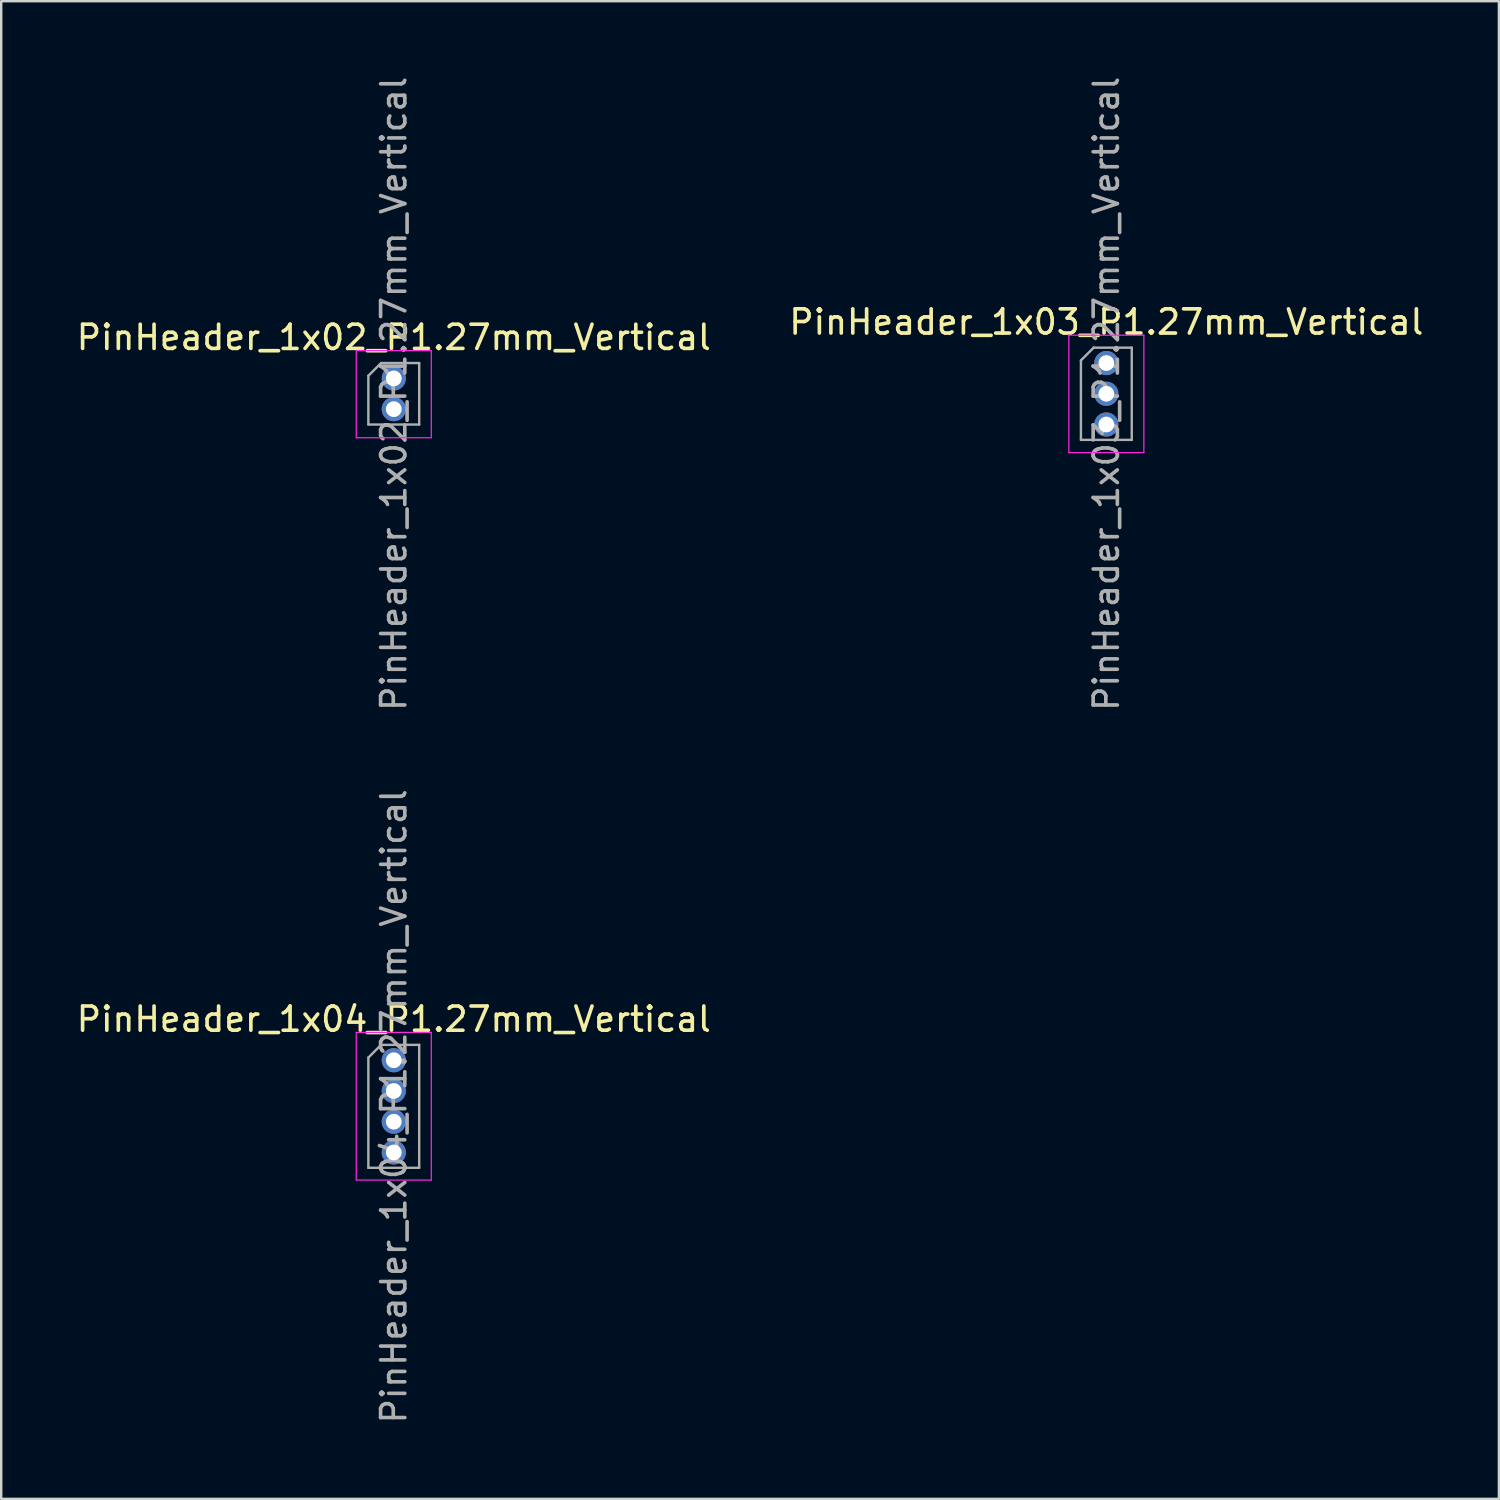
<source format=kicad_pcb>
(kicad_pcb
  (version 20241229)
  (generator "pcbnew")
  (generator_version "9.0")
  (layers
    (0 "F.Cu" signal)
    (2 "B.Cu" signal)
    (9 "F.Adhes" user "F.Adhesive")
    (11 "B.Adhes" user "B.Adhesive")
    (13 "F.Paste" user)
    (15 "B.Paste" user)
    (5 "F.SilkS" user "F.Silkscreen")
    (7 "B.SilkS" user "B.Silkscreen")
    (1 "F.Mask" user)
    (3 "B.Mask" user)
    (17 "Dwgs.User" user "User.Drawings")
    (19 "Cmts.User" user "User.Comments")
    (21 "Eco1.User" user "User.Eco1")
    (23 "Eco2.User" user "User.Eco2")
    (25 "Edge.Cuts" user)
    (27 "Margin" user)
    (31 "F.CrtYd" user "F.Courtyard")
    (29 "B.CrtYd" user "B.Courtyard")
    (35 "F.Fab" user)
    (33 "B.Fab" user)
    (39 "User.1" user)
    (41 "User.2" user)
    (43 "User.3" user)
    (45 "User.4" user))
  (footprint "PinHeader_1x04_P1.27mm_Vertical"
    (layer "F.Cu")
    (at 13.22 40.756)
    (property "Reference" "PinHeader_1x04_P1.27mm_Vertical" (at 0 -1.695 0) (layer "F.SilkS") (effects (font (size 1 1) (thickness 0.15))))
    (attr through_hole)
    (fp_line (start -1.55 -1.15) (end -1.55 4.95) (stroke (width 0.05) (type solid)) (layer "F.CrtYd"))
    (fp_line (start -1.55 4.95) (end 1.55 4.95) (stroke (width 0.05) (type solid)) (layer "F.CrtYd"))
    (fp_line (start 1.55 -1.15) (end -1.55 -1.15) (stroke (width 0.05) (type solid)) (layer "F.CrtYd"))
    (fp_line (start 1.55 4.95) (end 1.55 -1.15) (stroke (width 0.05) (type solid)) (layer "F.CrtYd"))
    (fp_line (start -1.05 -0.11) (end -0.525 -0.635) (stroke (width 0.1) (type solid)) (layer "F.Fab"))
    (fp_line (start -1.05 4.445) (end -1.05 -0.11) (stroke (width 0.1) (type solid)) (layer "F.Fab"))
    (fp_line (start -0.525 -0.635) (end 1.05 -0.635) (stroke (width 0.1) (type solid)) (layer "F.Fab"))
    (fp_line (start 1.05 -0.635) (end 1.05 4.445) (stroke (width 0.1) (type solid)) (layer "F.Fab"))
    (fp_line (start 1.05 4.445) (end -1.05 4.445) (stroke (width 0.1) (type solid)) (layer "F.Fab"))
    (fp_text user "${REFERENCE}" (at 0 1.905 90) (layer "F.Fab") (effects (font (size 1 1) (thickness 0.15))))
    (pad "1" thru_hole circle (at 0 0) (size 1 1) (drill 0.65) (layers "*.Cu" "*.Mask"))
    (pad "2" thru_hole oval (at 0 1.27) (size 1 1) (drill 0.65) (layers "*.Cu" "*.Mask"))
    (pad "3" thru_hole oval (at 0 2.54) (size 1 1) (drill 0.65) (layers "*.Cu" "*.Mask"))
    (pad "4" thru_hole oval (at 0 3.81) (size 1 1) (drill 0.65) (layers "*.Cu" "*.Mask")))
  (footprint "PinHeader_1x03_P1.27mm_Vertical"
    (layer "F.Cu")
    (at 42.661 11.95)
    (property "Reference" "PinHeader_1x03_P1.27mm_Vertical" (at 0 -1.695 0) (layer "F.SilkS") (effects (font (size 1 1) (thickness 0.15))))
    (attr through_hole)
    (fp_line (start -1.55 -1.15) (end -1.55 3.7) (stroke (width 0.05) (type solid)) (layer "F.CrtYd"))
    (fp_line (start -1.55 3.7) (end 1.55 3.7) (stroke (width 0.05) (type solid)) (layer "F.CrtYd"))
    (fp_line (start 1.55 -1.15) (end -1.55 -1.15) (stroke (width 0.05) (type solid)) (layer "F.CrtYd"))
    (fp_line (start 1.55 3.7) (end 1.55 -1.15) (stroke (width 0.05) (type solid)) (layer "F.CrtYd"))
    (fp_line (start -1.05 -0.11) (end -0.525 -0.635) (stroke (width 0.1) (type solid)) (layer "F.Fab"))
    (fp_line (start -1.05 3.175) (end -1.05 -0.11) (stroke (width 0.1) (type solid)) (layer "F.Fab"))
    (fp_line (start -0.525 -0.635) (end 1.05 -0.635) (stroke (width 0.1) (type solid)) (layer "F.Fab"))
    (fp_line (start 1.05 -0.635) (end 1.05 3.175) (stroke (width 0.1) (type solid)) (layer "F.Fab"))
    (fp_line (start 1.05 3.175) (end -1.05 3.175) (stroke (width 0.1) (type solid)) (layer "F.Fab"))
    (fp_text user "${REFERENCE}" (at 0 1.27 90) (layer "F.Fab") (effects (font (size 1 1) (thickness 0.15))))
    (pad "1" thru_hole circle (at 0 0) (size 1 1) (drill 0.65) (layers "*.Cu" "*.Mask"))
    (pad "2" thru_hole oval (at 0 1.27) (size 1 1) (drill 0.65) (layers "*.Cu" "*.Mask"))
    (pad "3" thru_hole oval (at 0 2.54) (size 1 1) (drill 0.65) (layers "*.Cu" "*.Mask")))
  (footprint "PinHeader_1x02_P1.27mm_Vertical"
    (layer "F.Cu")
    (at 13.22 12.585)
    (property "Reference" "PinHeader_1x02_P1.27mm_Vertical" (at 0 -1.695 0) (layer "F.SilkS") (effects (font (size 1 1) (thickness 0.15))))
    (attr through_hole)
    (fp_line (start -1.55 -1.15) (end -1.55 2.45) (stroke (width 0.05) (type solid)) (layer "F.CrtYd"))
    (fp_line (start -1.55 2.45) (end 1.55 2.45) (stroke (width 0.05) (type solid)) (layer "F.CrtYd"))
    (fp_line (start 1.55 -1.15) (end -1.55 -1.15) (stroke (width 0.05) (type solid)) (layer "F.CrtYd"))
    (fp_line (start 1.55 2.45) (end 1.55 -1.15) (stroke (width 0.05) (type solid)) (layer "F.CrtYd"))
    (fp_line (start -1.05 -0.11) (end -0.525 -0.635) (stroke (width 0.1) (type solid)) (layer "F.Fab"))
    (fp_line (start -1.05 1.905) (end -1.05 -0.11) (stroke (width 0.1) (type solid)) (layer "F.Fab"))
    (fp_line (start -0.525 -0.635) (end 1.05 -0.635) (stroke (width 0.1) (type solid)) (layer "F.Fab"))
    (fp_line (start 1.05 -0.635) (end 1.05 1.905) (stroke (width 0.1) (type solid)) (layer "F.Fab"))
    (fp_line (start 1.05 1.905) (end -1.05 1.905) (stroke (width 0.1) (type solid)) (layer "F.Fab"))
    (fp_text user "${REFERENCE}" (at 0 0.635 90) (layer "F.Fab") (effects (font (size 1 1) (thickness 0.15))))
    (pad "1" thru_hole circle (at 0 0) (size 1 1) (drill 0.65) (layers "*.Cu" "*.Mask"))
    (pad "2" thru_hole oval (at 0 1.27) (size 1 1) (drill 0.65) (layers "*.Cu" "*.Mask")))
  (gr_rect
    (start -3 -3)
    (end 58.881 58.881)
    (stroke (width 0.1) (type default))
    (fill no)
    (layer "Edge.Cuts")))
</source>
